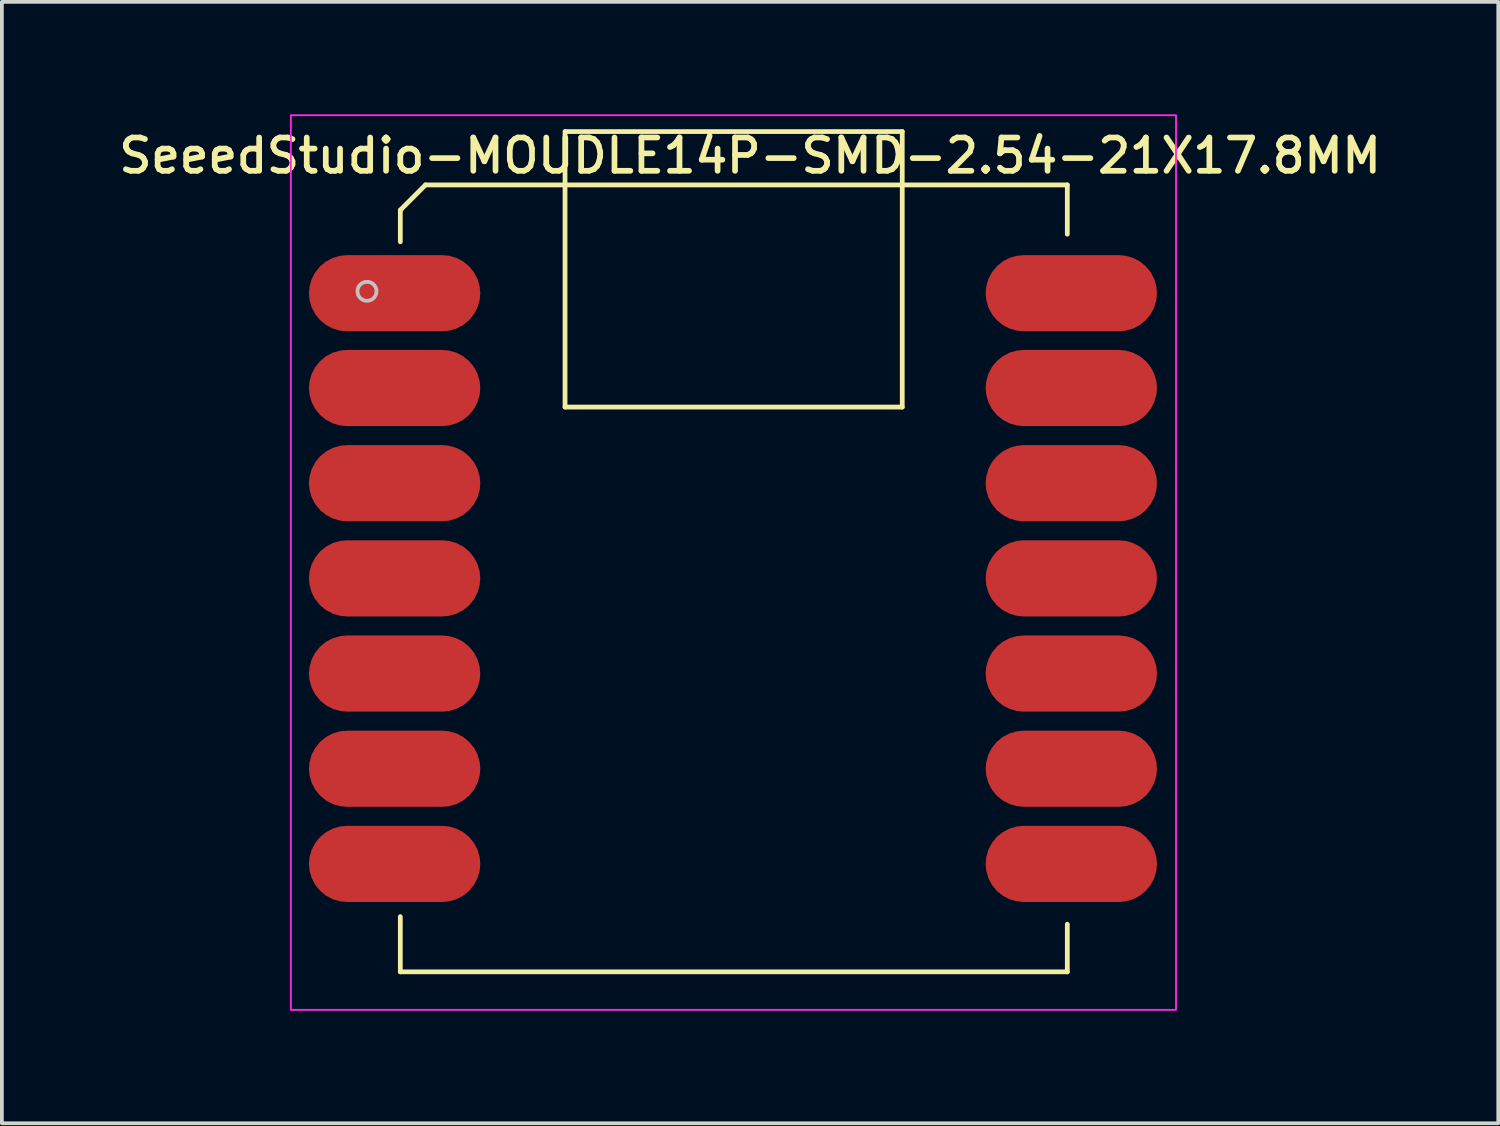
<source format=kicad_pcb>
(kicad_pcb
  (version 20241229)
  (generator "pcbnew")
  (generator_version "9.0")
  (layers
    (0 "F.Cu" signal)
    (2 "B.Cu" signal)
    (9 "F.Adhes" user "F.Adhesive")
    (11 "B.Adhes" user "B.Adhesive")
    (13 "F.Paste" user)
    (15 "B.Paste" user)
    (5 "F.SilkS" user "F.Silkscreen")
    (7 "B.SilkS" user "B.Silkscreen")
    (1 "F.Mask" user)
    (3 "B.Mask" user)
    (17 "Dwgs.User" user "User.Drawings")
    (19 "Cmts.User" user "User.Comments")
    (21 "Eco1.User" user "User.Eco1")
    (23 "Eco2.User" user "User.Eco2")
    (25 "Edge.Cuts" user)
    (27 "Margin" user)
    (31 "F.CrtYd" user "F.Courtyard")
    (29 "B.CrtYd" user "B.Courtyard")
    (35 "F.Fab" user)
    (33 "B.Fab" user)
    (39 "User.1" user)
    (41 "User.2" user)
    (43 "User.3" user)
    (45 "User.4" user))
  (footprint "SeeedStudio-MOUDLE14P-SMD-2.54-21X17.8MM"
    (layer "F.Cu")
    (at 7.633 22.885)
    (property "Reference" "SeeedStudio-MOUDLE14P-SMD-2.54-21X17.8MM" (at 9.335 -21.78 0) (layer "F.SilkS") (effects (font (size 0.889 0.889) (thickness 0.152) (bold yes))))
    (attr through_hole)
    (fp_line (start 0 -20.328) (end 0 -19.482) (stroke (width 0.127) (type solid)) (layer "F.SilkS"))
    (fp_line (start 0 -1.473) (end 0 0) (stroke (width 0.127) (type solid)) (layer "F.SilkS"))
    (fp_line (start 0 0) (end 17.8 0) (stroke (width 0.127) (type solid)) (layer "F.SilkS"))
    (fp_line (start 0.672 -21) (end 0 -20.328) (stroke (width 0.127) (type solid)) (layer "F.SilkS"))
    (fp_line (start 4.396 -15.072) (end 4.396 -22.425) (stroke (width 0.127) (type solid)) (layer "F.SilkS"))
    (fp_line (start 4.4 -22.424) (end 13.395 -22.424) (stroke (width 0.127) (type solid)) (layer "F.SilkS"))
    (fp_line (start 13.395 -22.424) (end 13.395 -15.072) (stroke (width 0.127) (type solid)) (layer "F.SilkS"))
    (fp_line (start 13.395 -15.072) (end 4.396 -15.072) (stroke (width 0.127) (type solid)) (layer "F.SilkS"))
    (fp_line (start 17.8 -21) (end 0.672 -21) (stroke (width 0.127) (type solid)) (layer "F.SilkS"))
    (fp_line (start 17.8 -19.685) (end 17.8 -21) (stroke (width 0.127) (type solid)) (layer "F.SilkS"))
    (fp_line (start 17.8 0) (end 17.8 -1.27) (stroke (width 0.127) (type solid)) (layer "F.SilkS"))
    (fp_circle (center -0.889 -18.161) (end -0.635 -18.161) (stroke (width 0.1) (type solid)) (fill no) (layer "Dwgs.User"))
    (fp_rect (start -2.921 -22.86) (end 20.701 1.016) (stroke (width 0.05) (type default)) (fill no) (layer "F.CrtYd"))
    (pad "1" smd roundrect (at -0.152 -18.11) (size 4.572 2.032) (layers "F.Cu" "F.Mask" "F.Paste") (roundrect_rratio 0.5))
    (pad "2" smd roundrect (at -0.152 -15.58) (size 4.572 2.032) (layers "F.Cu" "F.Mask" "F.Paste") (roundrect_rratio 0.5))
    (pad "3" smd roundrect (at -0.152 -13.04) (size 4.572 2.032) (layers "F.Cu" "F.Mask" "F.Paste") (roundrect_rratio 0.5))
    (pad "4" smd roundrect (at -0.152 -10.5) (size 4.572 2.032) (layers "F.Cu" "F.Mask" "F.Paste") (roundrect_rratio 0.5))
    (pad "5" smd roundrect (at -0.152 -7.96) (size 4.572 2.032) (layers "F.Cu" "F.Mask" "F.Paste") (roundrect_rratio 0.5))
    (pad "6" smd roundrect (at -0.152 -5.42) (size 4.572 2.032) (layers "F.Cu" "F.Mask" "F.Paste") (roundrect_rratio 0.5))
    (pad "7" smd roundrect (at -0.152 -2.88) (size 4.572 2.032) (layers "F.Cu" "F.Mask" "F.Paste") (roundrect_rratio 0.5))
    (pad "8" smd roundrect (at 17.907 -2.88) (size 4.572 2.032) (layers "F.Cu" "F.Mask" "F.Paste") (roundrect_rratio 0.5))
    (pad "9" smd roundrect (at 17.907 -5.42) (size 4.572 2.032) (layers "F.Cu" "F.Mask" "F.Paste") (roundrect_rratio 0.5))
    (pad "10" smd roundrect (at 17.907 -7.96) (size 4.572 2.032) (layers "F.Cu" "F.Mask" "F.Paste") (roundrect_rratio 0.5))
    (pad "11" smd roundrect (at 17.907 -10.5) (size 4.572 2.032) (layers "F.Cu" "F.Mask" "F.Paste") (roundrect_rratio 0.5))
    (pad "12" smd roundrect (at 17.907 -13.04) (size 4.572 2.032) (layers "F.Cu" "F.Mask" "F.Paste") (roundrect_rratio 0.5))
    (pad "13" smd roundrect (at 17.907 -15.58) (size 4.572 2.032) (layers "F.Cu" "F.Mask" "F.Paste") (roundrect_rratio 0.5))
    (pad "14" smd roundrect (at 17.907 -18.11) (size 4.572 2.032) (layers "F.Cu" "F.Mask" "F.Paste") (roundrect_rratio 0.5))
    (zone (net_name "") (layer "F.Cu") (hatch full 0.508) (connect_pads) (min_thickness 0.01) (filled_areas_thickness no) (keepout (tracks not_allowed) (vias not_allowed) (pads not_allowed) (copperpour not_allowed) (footprints allowed)) (placement (enabled no)) (fill) (polygon (pts (xy 10.617 10.121) (xy 13.538 10.121) (xy 13.538 12.153) (xy 10.617 12.153))))
    (zone (net_name "") (layer "F.Cu") (hatch full 0.508) (connect_pads) (min_thickness 0.01) (filled_areas_thickness no) (keepout (tracks not_allowed) (vias not_allowed) (pads not_allowed) (copperpour not_allowed) (footprints allowed)) (placement (enabled no)) (fill) (polygon (pts (xy 11.316 1.803) (xy 13.094 1.803) (xy 13.094 4.47) (xy 11.316 4.47))))
    (zone (net_name "") (layer "F.Cu") (hatch full 0.508) (connect_pads) (min_thickness 0.01) (filled_areas_thickness no) (keepout (tracks not_allowed) (vias not_allowed) (pads not_allowed) (copperpour not_allowed) (footprints allowed)) (placement (enabled no)) (fill) (polygon (pts (xy 11.316 5.867) (xy 13.094 5.867) (xy 13.094 8.534) (xy 11.316 8.534))))
    (zone (net_name "") (layer "F.Cu") (hatch full 0.508) (connect_pads) (min_thickness 0.01) (filled_areas_thickness no) (keepout (tracks not_allowed) (vias not_allowed) (pads not_allowed) (copperpour not_allowed) (footprints allowed)) (placement (enabled no)) (fill) (polygon (pts (xy 13.983 2.565) (xy 19.19 2.565) (xy 19.19 9.55) (xy 13.983 9.55))))
    (zone (net_name "") (layer "F.Cu") (hatch full 0.508) (connect_pads) (min_thickness 0.01) (filled_areas_thickness no) (keepout (tracks not_allowed) (vias not_allowed) (pads not_allowed) (copperpour not_allowed) (footprints allowed)) (placement (enabled no)) (fill) (polygon (pts (xy 13.983 19.71) (xy 19.698 19.71) (xy 19.698 22.25) (xy 13.983 22.25))))
    (zone (net_name "") (layer "F.Cu") (hatch full 0.508) (connect_pads) (min_thickness 0.01) (filled_areas_thickness no) (keepout (tracks not_allowed) (vias not_allowed) (pads not_allowed) (copperpour not_allowed) (footprints allowed)) (placement (enabled no)) (fill) (polygon (pts (xy 17.412 11.582) (xy 20.46 11.582) (xy 20.46 14.63) (xy 17.412 14.63))))
    (zone (net_name "") (layer "F.Cu") (hatch full 0.508) (connect_pads) (min_thickness 0.01) (filled_areas_thickness no) (keepout (tracks not_allowed) (vias not_allowed) (pads not_allowed) (copperpour not_allowed) (footprints allowed)) (placement (enabled no)) (fill) (polygon (pts (xy 19.952 1.803) (xy 21.73 1.803) (xy 21.73 4.47) (xy 19.952 4.47))))
    (zone (net_name "") (layer "F.Cu") (hatch full 0.508) (connect_pads) (min_thickness 0.01) (filled_areas_thickness no) (keepout (tracks not_allowed) (vias not_allowed) (pads not_allowed) (copperpour not_allowed) (footprints allowed)) (placement (enabled no)) (fill) (polygon (pts (xy 19.952 5.867) (xy 21.73 5.867) (xy 21.73 8.534) (xy 19.952 8.534)))))
  (gr_rect
    (start -3 -3)
    (end 36.934 26.926)
    (stroke (width 0.1) (type default))
    (fill no)
    (layer "Edge.Cuts")))
</source>
